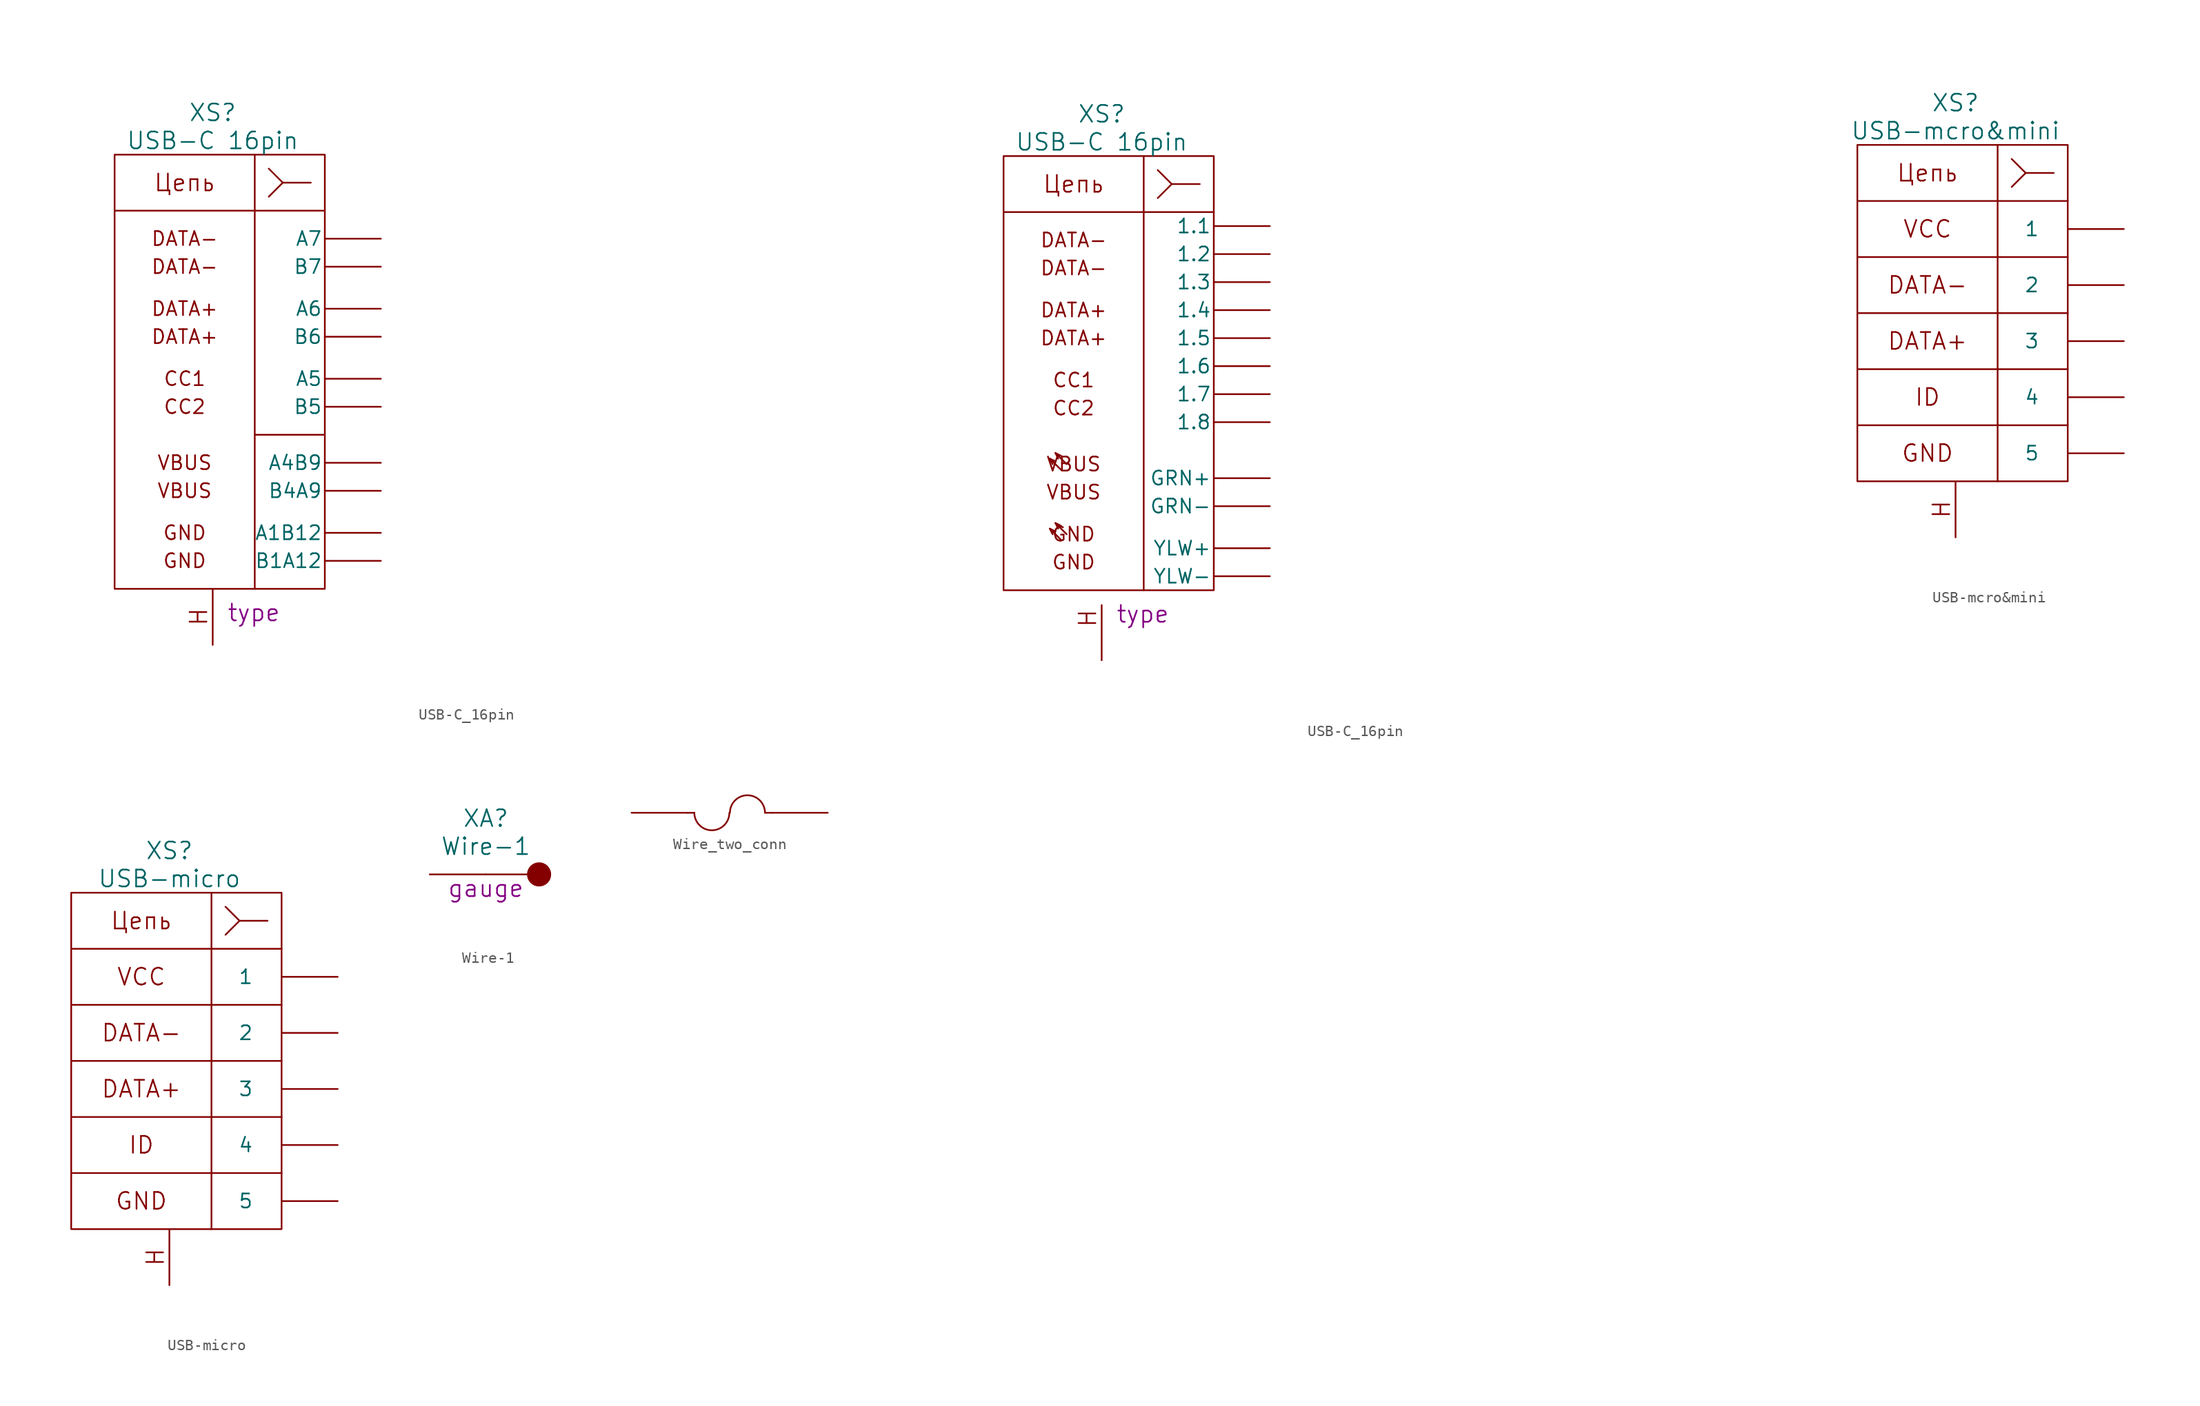
<source format=kicad_sym>
(kicad_symbol_lib
  (version 20220914)
  (generator kicad_symbol_editor)
  (symbol "USB-C_16pin"
    (pin_numbers hide)
    (pin_names
      (offset 0.2))
    (property "Reference" "XS"
      (at 0 24.13 0)
      (do_not_autoplace)
      (effects (font (size 1.524 1.524))))
    (property "Value" "USB-C 16pin"
      (at 0 21.59 0)
      (do_not_autoplace)
      (effects (font (size 1.524 1.524))))
    (property "Datasheet" ""
      (at 54.61 -21.59 0)
      (effects (font (size 1.524 1.524))))
    (property "Type" "type"
      (at 1.27 -20.32 0)
      (do_not_autoplace)
      (effects (font (size 1.524 1.524)) (justify left top)))
    (symbol "USB-C_16pin_0_0"
      (rectangle (start -8.89 15.24) (end 10.16 -19.05) (stroke (width 0) (type solid)) (fill (type none)))
      (polyline (pts (xy 3.81 20.32) (xy 3.81 -19.05)) (stroke (width 0) (type solid)) (fill (type none)))
      (polyline (pts (xy 8.89 17.78) (xy 6.35 17.78)) (stroke (width 0) (type solid)) (fill (type none)))
      (polyline (pts (xy 5.08 16.51) (xy 6.35 17.78) (xy 5.08 19.05)) (stroke (width 0) (type solid)) (fill (type none)))
      (polyline (pts (xy 10.16 15.24) (xy 10.16 19.05) (xy 10.16 20.32) (xy -8.89 20.32) (xy -8.89 15.24)) (stroke (width 0) (type solid)) (fill (type none)))
      (text "H" (at -1.27 -21.59 900) (effects (font (size 1.524 1.524))))
      (text "Цепь" (at -2.54 17.78 0) (effects (font (size 1.524 1.524)))))
    (symbol "USB-C_16pin_0_1"
      (polyline (pts (xy 10.16 -5.08) (xy 3.81 -5.08)) (stroke (width 0) (type default)) (fill (type none))))
    (symbol "USB-C_16pin_0_2"
      (polyline (pts (xy -3.683 -14.478) (xy -4.699 -13.462)) (stroke (width 0) (type solid)) (fill (type none)))
      (polyline (pts (xy -3.683 -8.128) (xy -4.699 -7.112)) (stroke (width 0) (type solid)) (fill (type none)))
      (polyline (pts (xy -3.175 -13.97) (xy -4.191 -12.954)) (stroke (width 0) (type solid)) (fill (type none)))
      (polyline (pts (xy -3.175 -7.62) (xy -4.191 -6.604)) (stroke (width 0) (type solid)) (fill (type none)))
      (polyline (pts (xy -4.191 -13.716) (xy -4.699 -13.462) (xy -4.445 -13.97)) (stroke (width 0) (type solid)) (fill (type none)))
      (polyline (pts (xy -4.191 -7.366) (xy -4.699 -7.112) (xy -4.445 -7.62)) (stroke (width 0) (type solid)) (fill (type none)))
      (polyline (pts (xy -3.683 -13.208) (xy -4.191 -12.954) (xy -3.937 -13.462)) (stroke (width 0) (type solid)) (fill (type none)))
      (polyline (pts (xy -3.683 -6.858) (xy -4.191 -6.604) (xy -3.937 -7.112)) (stroke (width 0) (type solid)) (fill (type none)))
      (pin passive line (at 0 -25.4 90) (length 5.004) (name "~" (effects (font (size 1.524 1.524)))) (number "H" (effects (font (size 1.524 1.524))))))
    (symbol "USB-C_16pin_1_0"
      (text "CC1" (at -2.54 0 0) (effects (font (size 1.27 1.27))))
      (text "CC2" (at -2.54 -2.54 0) (effects (font (size 1.27 1.27))))
      (text "DATA+" (at -2.54 3.81 0) (effects (font (size 1.27 1.27))))
      (text "DATA+" (at -2.54 6.35 0) (effects (font (size 1.27 1.27))))
      (text "DATA-" (at -2.54 10.16 0) (effects (font (size 1.27 1.27))))
      (text "DATA-" (at -2.54 12.7 0) (effects (font (size 1.27 1.27))))
      (text "GND" (at -2.54 -16.51 0) (effects (font (size 1.27 1.27))))
      (text "GND" (at -2.54 -13.97 0) (effects (font (size 1.27 1.27))))
      (text "VBUS" (at -2.54 -10.16 0) (effects (font (size 1.27 1.27))))
      (text "VBUS" (at -2.54 -7.62 0) (effects (font (size 1.27 1.27)))))
    (symbol "USB-C_16pin_1_1"
      (pin power_out line (at 15.24 -13.97 180) (length 5.08) (name "A1B12" (effects (font (size 1.27 1.27)))) (number "A1B12" (effects (font (size 1.27 1.27)))))
      (pin power_out line (at 15.24 -7.62 180) (length 5.08) (name "A4B9" (effects (font (size 1.27 1.27)))) (number "A4B9" (effects (font (size 1.27 1.27)))))
      (pin passive line (at 15.24 0 180) (length 5.08) (name "A5" (effects (font (size 1.27 1.27)))) (number "A5" (effects (font (size 1.27 1.27)))))
      (pin passive line (at 15.24 6.35 180) (length 5.08) (name "A6" (effects (font (size 1.27 1.27)))) (number "A6" (effects (font (size 1.27 1.27)))))
      (pin passive line (at 15.24 12.7 180) (length 5.08) (name "A7" (effects (font (size 1.27 1.27)))) (number "A7" (effects (font (size 1.27 1.27)))))
      (pin no_connect line (at 15.24 -20.32 180) (length 5.08) hide (name "SBU1" (effects (font (size 1.27 1.27)))) (number "A8" (effects (font (size 1.27 1.27)))))
      (pin power_out line (at 15.24 -16.51 180) (length 5.08) (name "B1A12" (effects (font (size 1.27 1.27)))) (number "B1A12" (effects (font (size 1.27 1.27)))))
      (pin power_out line (at 15.24 -10.16 180) (length 5.08) (name "B4A9" (effects (font (size 1.27 1.27)))) (number "B4A9" (effects (font (size 1.27 1.27)))))
      (pin passive line (at 15.24 -2.54 180) (length 5.08) (name "B5" (effects (font (size 1.27 1.27)))) (number "B5" (effects (font (size 1.27 1.27)))))
      (pin passive line (at 15.24 3.81 180) (length 5.08) (name "B6" (effects (font (size 1.27 1.27)))) (number "B6" (effects (font (size 1.27 1.27)))))
      (pin passive line (at 15.24 10.16 180) (length 5.08) (name "B7" (effects (font (size 1.27 1.27)))) (number "B7" (effects (font (size 1.27 1.27)))))
      (pin no_connect line (at 15.24 -22.86 180) (length 5.08) hide (name "SBU2" (effects (font (size 1.27 1.27)))) (number "B8" (effects (font (size 1.27 1.27)))))
      (pin passive line (at 0 -24.13 90) (length 5.004) (name "~" (effects (font (size 1.524 1.524)))) (number "SHLD" (effects (font (size 1.524 1.524))))))
    (symbol "USB-C_16pin_1_2"
      (pin passive line (at 15.24 13.97 180) (length 5.08) (name "1.1" (effects (font (size 1.27 1.27)))) (number "1" (effects (font (size 1.27 1.27)))))
      (pin passive line (at 15.24 -8.89 180) (length 5.08) (name "GRN+" (effects (font (size 1.27 1.27)))) (number "10" (effects (font (size 1.27 1.27)))))
      (pin passive line (at 15.24 -17.78 180) (length 5.08) (name "YLW-" (effects (font (size 1.27 1.27)))) (number "11" (effects (font (size 1.27 1.27)))))
      (pin passive line (at 15.24 -15.24 180) (length 5.08) (name "YLW+" (effects (font (size 1.27 1.27)))) (number "12" (effects (font (size 1.27 1.27)))))
      (pin passive line (at 15.24 11.43 180) (length 5.08) (name "1.2" (effects (font (size 1.27 1.27)))) (number "2" (effects (font (size 1.27 1.27)))))
      (pin passive line (at 15.24 8.89 180) (length 5.08) (name "1.3" (effects (font (size 1.27 1.27)))) (number "3" (effects (font (size 1.27 1.27)))))
      (pin passive line (at 15.24 6.35 180) (length 5.08) (name "1.4" (effects (font (size 1.27 1.27)))) (number "4" (effects (font (size 1.27 1.27)))))
      (pin passive line (at 15.24 3.81 180) (length 5.08) (name "1.5" (effects (font (size 1.27 1.27)))) (number "5" (effects (font (size 1.27 1.27)))))
      (pin passive line (at 15.24 1.27 180) (length 5.08) (name "1.6" (effects (font (size 1.27 1.27)))) (number "6" (effects (font (size 1.27 1.27)))))
      (pin passive line (at 15.24 -1.27 180) (length 5.08) (name "1.7" (effects (font (size 1.27 1.27)))) (number "7" (effects (font (size 1.27 1.27)))))
      (pin passive line (at 15.24 -3.81 180) (length 5.08) (name "1.8" (effects (font (size 1.27 1.27)))) (number "8" (effects (font (size 1.27 1.27)))))
      (pin passive line (at 15.24 -11.43 180) (length 5.08) (name "GRN-" (effects (font (size 1.27 1.27)))) (number "9" (effects (font (size 1.27 1.27)))))))
  (symbol "USB-mcro&mini"
    (pin_numbers hide)
    (pin_names
      (offset 2.54))
    (property "Reference" "XS"
      (at 0 19.05 0)
      (do_not_autoplace)
      (effects (font (size 1.524 1.524))))
    (property "Value" "USB-mcro&mini"
      (at 0 16.51 0)
      (do_not_autoplace)
      (effects (font (size 1.524 1.524))))
    (property "Datasheet" ""
      (at 8.89 -16.51 0)
      (effects (font (size 1.524 1.524))))
    (symbol "USB-mcro&mini_0_0"
      (text "DATA+" (at -2.54 -2.54 0) (effects (font (size 1.524 1.524))))
      (text "DATA-" (at -2.54 2.54 0) (effects (font (size 1.524 1.524))))
      (text "GND" (at -2.54 -12.7 0) (effects (font (size 1.524 1.524))))
      (text "H" (at -1.27 -17.78 900) (effects (font (size 1.524 1.524))))
      (text "ID" (at -2.54 -7.62 0) (effects (font (size 1.524 1.524))))
      (text "VCC" (at -2.54 7.62 0) (effects (font (size 1.524 1.524))))
      (text "Цепь" (at -2.54 12.7 0) (effects (font (size 1.524 1.524)))))
    (symbol "USB-mcro&mini_0_1"
      (rectangle (start -8.89 10.16) (end 10.16 -15.24) (stroke (width 0) (type solid)) (fill (type none)))
      (polyline (pts (xy -8.89 -10.16) (xy 10.16 -10.16)) (stroke (width 0) (type solid)) (fill (type none)))
      (polyline (pts (xy -8.89 -5.08) (xy 10.16 -5.08)) (stroke (width 0) (type solid)) (fill (type none)))
      (polyline (pts (xy -8.89 0) (xy 10.16 0)) (stroke (width 0) (type solid)) (fill (type none)))
      (polyline (pts (xy 3.81 15.24) (xy 3.81 -15.24)) (stroke (width 0) (type solid)) (fill (type none)))
      (polyline (pts (xy 8.89 12.7) (xy 6.35 12.7)) (stroke (width 0) (type solid)) (fill (type none)))
      (polyline (pts (xy 10.16 5.08) (xy -8.89 5.08)) (stroke (width 0) (type solid)) (fill (type none)))
      (polyline (pts (xy 5.08 11.43) (xy 6.35 12.7) (xy 5.08 13.97)) (stroke (width 0) (type solid)) (fill (type none)))
      (polyline (pts (xy 10.16 10.16) (xy 10.16 15.24) (xy -8.89 15.24) (xy -8.89 10.16)) (stroke (width 0) (type solid)) (fill (type none))))
    (symbol "USB-mcro&mini_1_1"
      (pin power_out line (at 15.24 7.62 180) (length 5.08) (name "1" (effects (font (size 1.27 1.27)))) (number "1" (effects (font (size 1.27 1.27)))))
      (pin passive line (at 15.24 2.54 180) (length 5.08) (name "2" (effects (font (size 1.27 1.27)))) (number "2" (effects (font (size 1.27 1.27)))))
      (pin passive line (at 15.24 -2.54 180) (length 5.08) (name "3" (effects (font (size 1.27 1.27)))) (number "3" (effects (font (size 1.27 1.27)))))
      (pin passive line (at 15.24 -7.62 180) (length 5.08) (name "4" (effects (font (size 1.27 1.27)))) (number "4" (effects (font (size 1.27 1.27)))))
      (pin power_out line (at 15.24 -12.7 180) (length 5.08) (name "5" (effects (font (size 1.27 1.27)))) (number "5" (effects (font (size 1.27 1.27)))))
      (pin passive line (at 0 -20.32 90) (length 5.004) (name "~" (effects (font (size 1.524 1.524)))) (number "SHLD" (effects (font (size 1.524 1.524)))))))
  (symbol "USB-micro"
    (pin_numbers hide)
    (pin_names
      (offset 2.54))
    (property "Reference" "XS"
      (at 0 19.05 0)
      (do_not_autoplace)
      (effects (font (size 1.524 1.524))))
    (property "Value" "USB-micro"
      (at 0 16.51 0)
      (do_not_autoplace)
      (effects (font (size 1.524 1.524))))
    (property "Datasheet" ""
      (at 8.89 -16.51 0)
      (effects (font (size 1.524 1.524))))
    (symbol "USB-micro_0_0"
      (text "DATA+" (at -2.54 -2.54 0) (effects (font (size 1.524 1.524))))
      (text "DATA-" (at -2.54 2.54 0) (effects (font (size 1.524 1.524))))
      (text "GND" (at -2.54 -12.7 0) (effects (font (size 1.524 1.524))))
      (text "H" (at -1.27 -17.78 900) (effects (font (size 1.524 1.524))))
      (text "ID" (at -2.54 -7.62 0) (effects (font (size 1.524 1.524))))
      (text "VCC" (at -2.54 7.62 0) (effects (font (size 1.524 1.524))))
      (text "Цепь" (at -2.54 12.7 0) (effects (font (size 1.524 1.524)))))
    (symbol "USB-micro_0_1"
      (rectangle (start -8.89 10.16) (end 10.16 -15.24) (stroke (width 0) (type solid)) (fill (type none)))
      (polyline (pts (xy -8.89 -10.16) (xy 10.16 -10.16)) (stroke (width 0) (type solid)) (fill (type none)))
      (polyline (pts (xy -8.89 -5.08) (xy 10.16 -5.08)) (stroke (width 0) (type solid)) (fill (type none)))
      (polyline (pts (xy -8.89 0) (xy 10.16 0)) (stroke (width 0) (type solid)) (fill (type none)))
      (polyline (pts (xy 3.81 15.24) (xy 3.81 -15.24)) (stroke (width 0) (type solid)) (fill (type none)))
      (polyline (pts (xy 8.89 12.7) (xy 6.35 12.7)) (stroke (width 0) (type solid)) (fill (type none)))
      (polyline (pts (xy 10.16 5.08) (xy -8.89 5.08)) (stroke (width 0) (type solid)) (fill (type none)))
      (polyline (pts (xy 5.08 11.43) (xy 6.35 12.7) (xy 5.08 13.97)) (stroke (width 0) (type solid)) (fill (type none)))
      (polyline (pts (xy 10.16 10.16) (xy 10.16 15.24) (xy -8.89 15.24) (xy -8.89 10.16)) (stroke (width 0) (type solid)) (fill (type none))))
    (symbol "USB-micro_1_1"
      (pin power_out line (at 15.24 7.62 180) (length 5.08) (name "1" (effects (font (size 1.27 1.27)))) (number "1" (effects (font (size 1.27 1.27)))))
      (pin passive line (at 15.24 2.54 180) (length 5.08) (name "2" (effects (font (size 1.27 1.27)))) (number "2" (effects (font (size 1.27 1.27)))))
      (pin passive line (at 15.24 -2.54 180) (length 5.08) (name "3" (effects (font (size 1.27 1.27)))) (number "3" (effects (font (size 1.27 1.27)))))
      (pin passive line (at 15.24 -7.62 180) (length 5.08) (name "4" (effects (font (size 1.27 1.27)))) (number "4" (effects (font (size 1.27 1.27)))))
      (pin power_out line (at 15.24 -12.7 180) (length 5.08) (name "5" (effects (font (size 1.27 1.27)))) (number "5" (effects (font (size 1.27 1.27)))))
      (pin passive line (at 0 -20.32 90) (length 5.004) (name "~" (effects (font (size 1.524 1.524)))) (number "SHLD" (effects (font (size 1.524 1.524)))))))
  (symbol "Wire-1"
    (pin_numbers hide)
    (pin_names
      (offset 1.016) hide)
    (property "Reference" "XA"
      (at -3.81 5.08 0)
      (do_not_autoplace)
      (effects (font (size 1.524 1.524))))
    (property "Value" "Wire-1"
      (at -3.81 2.54 0)
      (do_not_autoplace)
      (effects (font (size 1.524 1.524))))
    (property "Datasheet" ""
      (at 0 -5.08 0)
      (effects (font (size 1.524 1.524))))
    (property "Gauge" "gauge"
      (at -3.81 -1.27 0)
      (do_not_autoplace)
      (effects (font (size 1.524 1.524))))
    (symbol "Wire-1_0_1"
      (polyline (pts (xy 0 0) (xy -3.81 0)) (stroke (width 0) (type solid)) (fill (type none)))
      (circle (center 1.016 0) (radius 1.016) (stroke (width 0) (type solid)) (fill (type outline))))
    (symbol "Wire-1_1_1"
      (pin passive line (at -8.89 0 0) (length 5.08) (name "~" (effects (font (size 1.27 1.27)))) (number "1" (effects (font (size 1.27 1.27)))))))
  (symbol "Wire_two_conn"
    (pin_numbers hide)
    (pin_names
      (offset 1.016) hide)
    (property "Reference" "X"
      (at 0 2.54 0)
      (effects (font (size 1.524 1.524)) hide))
    (symbol "Wire_two_conn_0_1"
      (arc (start -3.2004 0) (mid -1.6129 -1.5806) (end -0.0254 0) (stroke (width 0) (type solid)) (fill (type none)))
      (polyline (pts (xy -3.2 0) (xy -3.81 0)) (stroke (width 0) (type solid)) (fill (type none)))
      (polyline (pts (xy 3.226 0) (xy 3.81 0)) (stroke (width 0) (type solid)) (fill (type none)))
      (arc (start 3.2004 0) (mid 1.6129 1.5806) (end 0.0254 0) (stroke (width 0) (type solid)) (fill (type none))))
    (symbol "Wire_two_conn_1_1"
      (pin passive line (at -8.89 0 0) (length 5.08) (name "~" (effects (font (size 1.27 1.27)))) (number "1" (effects (font (size 1.27 1.27)))))
      (pin passive line (at 8.89 0 180) (length 5.08) (name "~" (effects (font (size 1.27 1.27)))) (number "2" (effects (font (size 1.27 1.27))))))))
</source>
